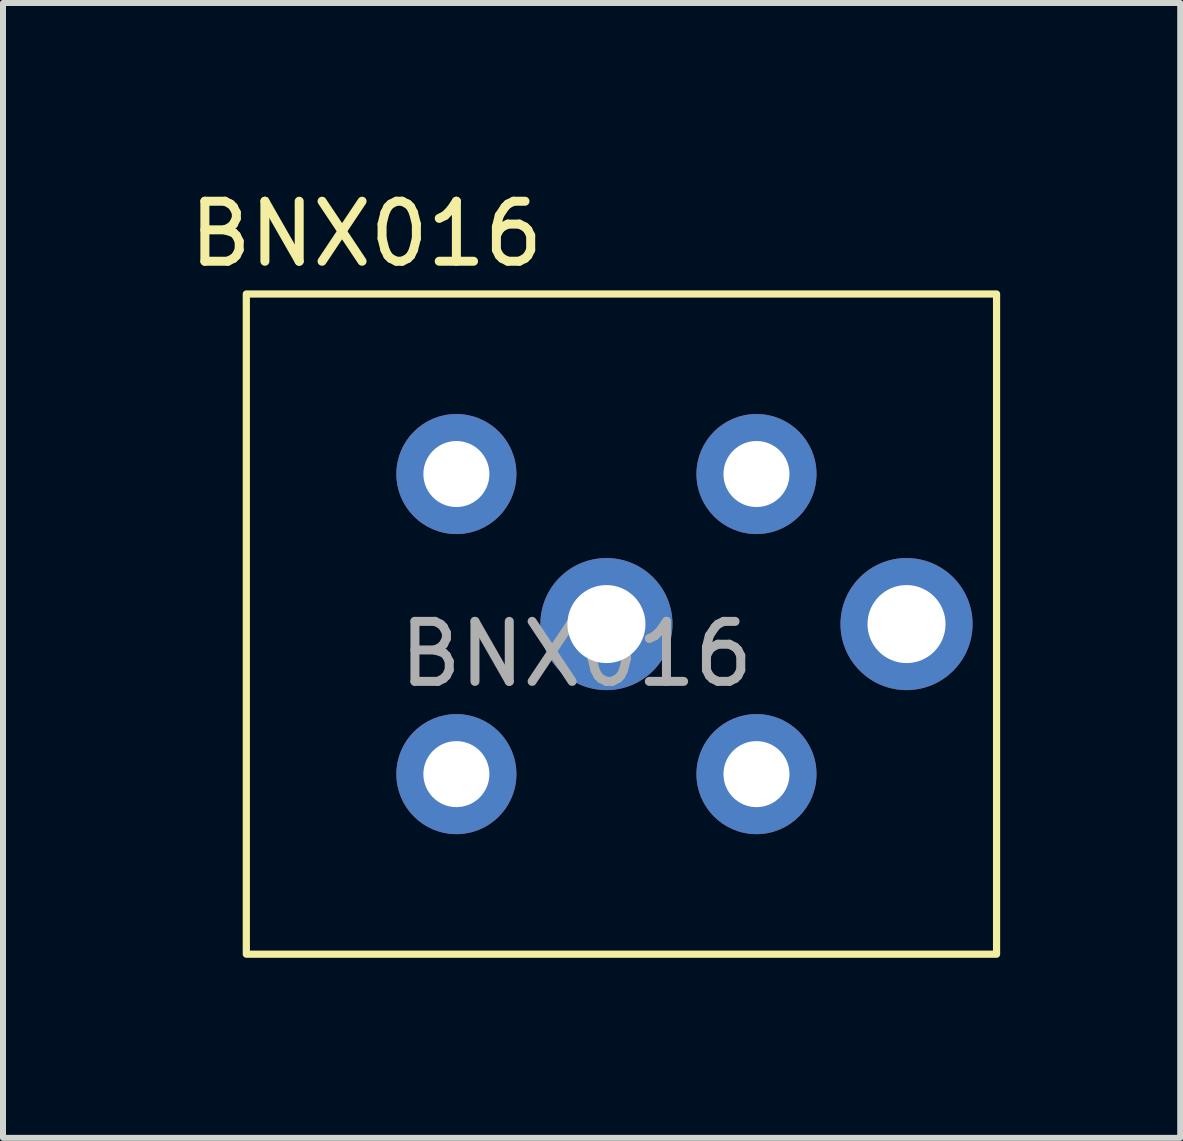
<source format=kicad_pcb>
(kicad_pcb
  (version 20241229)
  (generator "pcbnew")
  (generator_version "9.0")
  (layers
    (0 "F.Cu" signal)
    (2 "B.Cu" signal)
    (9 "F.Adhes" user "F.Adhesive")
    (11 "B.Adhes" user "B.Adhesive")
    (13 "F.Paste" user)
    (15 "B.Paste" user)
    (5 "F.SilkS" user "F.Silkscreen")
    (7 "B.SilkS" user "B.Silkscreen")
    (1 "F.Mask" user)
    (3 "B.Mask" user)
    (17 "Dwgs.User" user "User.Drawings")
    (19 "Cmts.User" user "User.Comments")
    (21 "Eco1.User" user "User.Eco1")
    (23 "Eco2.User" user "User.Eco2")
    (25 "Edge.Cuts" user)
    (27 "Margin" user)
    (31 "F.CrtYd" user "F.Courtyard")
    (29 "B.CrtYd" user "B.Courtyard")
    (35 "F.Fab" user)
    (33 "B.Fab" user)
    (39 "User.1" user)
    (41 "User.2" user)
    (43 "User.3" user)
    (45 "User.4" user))
  (footprint "BNX016"
    (layer "F.Cu")
    (at 4.554 9.848)
    (property "Reference" "BNX016" (at -1.5 -9 0) (unlocked yes) (layer "F.SilkS") (effects (font (size 1 1) (thickness 0.15))))
    (attr through_hole)
    (fp_rect (start -3.5 -8) (end 9 3) (stroke (width 0.12) (type default)) (fill no) (layer "F.SilkS"))
    (fp_text user "${REFERENCE}" (at 2 -2 0) (unlocked yes) (layer "F.Fab") (effects (font (size 1 1) (thickness 0.15))))
    (pad "B" thru_hole circle (at 5 -5) (size 2 2) (drill 1.1) (layers "*.Cu" "*.Mask"))
    (pad "CB" thru_hole circle (at 5 0) (size 2 2) (drill 1.1) (layers "*.Cu" "*.Mask"))
    (pad "CG" thru_hole circle (at 0 0) (size 2 2) (drill 1.1) (layers "*.Cu" "*.Mask"))
    (pad "CG" thru_hole circle (at 2.5 -2.5) (size 2.2 2.2) (drill 1.3) (layers "*.Cu" "*.Mask"))
    (pad "CG" thru_hole circle (at 7.5 -2.5) (size 2.2 2.2) (drill 1.3) (layers "*.Cu" "*.Mask"))
    (pad "PSG" thru_hole circle (at 0 -5) (size 2 2) (drill 1.1) (layers "*.Cu" "*.Mask")))
  (gr_rect
    (start -3 -3)
    (end 16.614 15.908)
    (stroke (width 0.1) (type default))
    (fill no)
    (layer "Edge.Cuts")))
</source>
